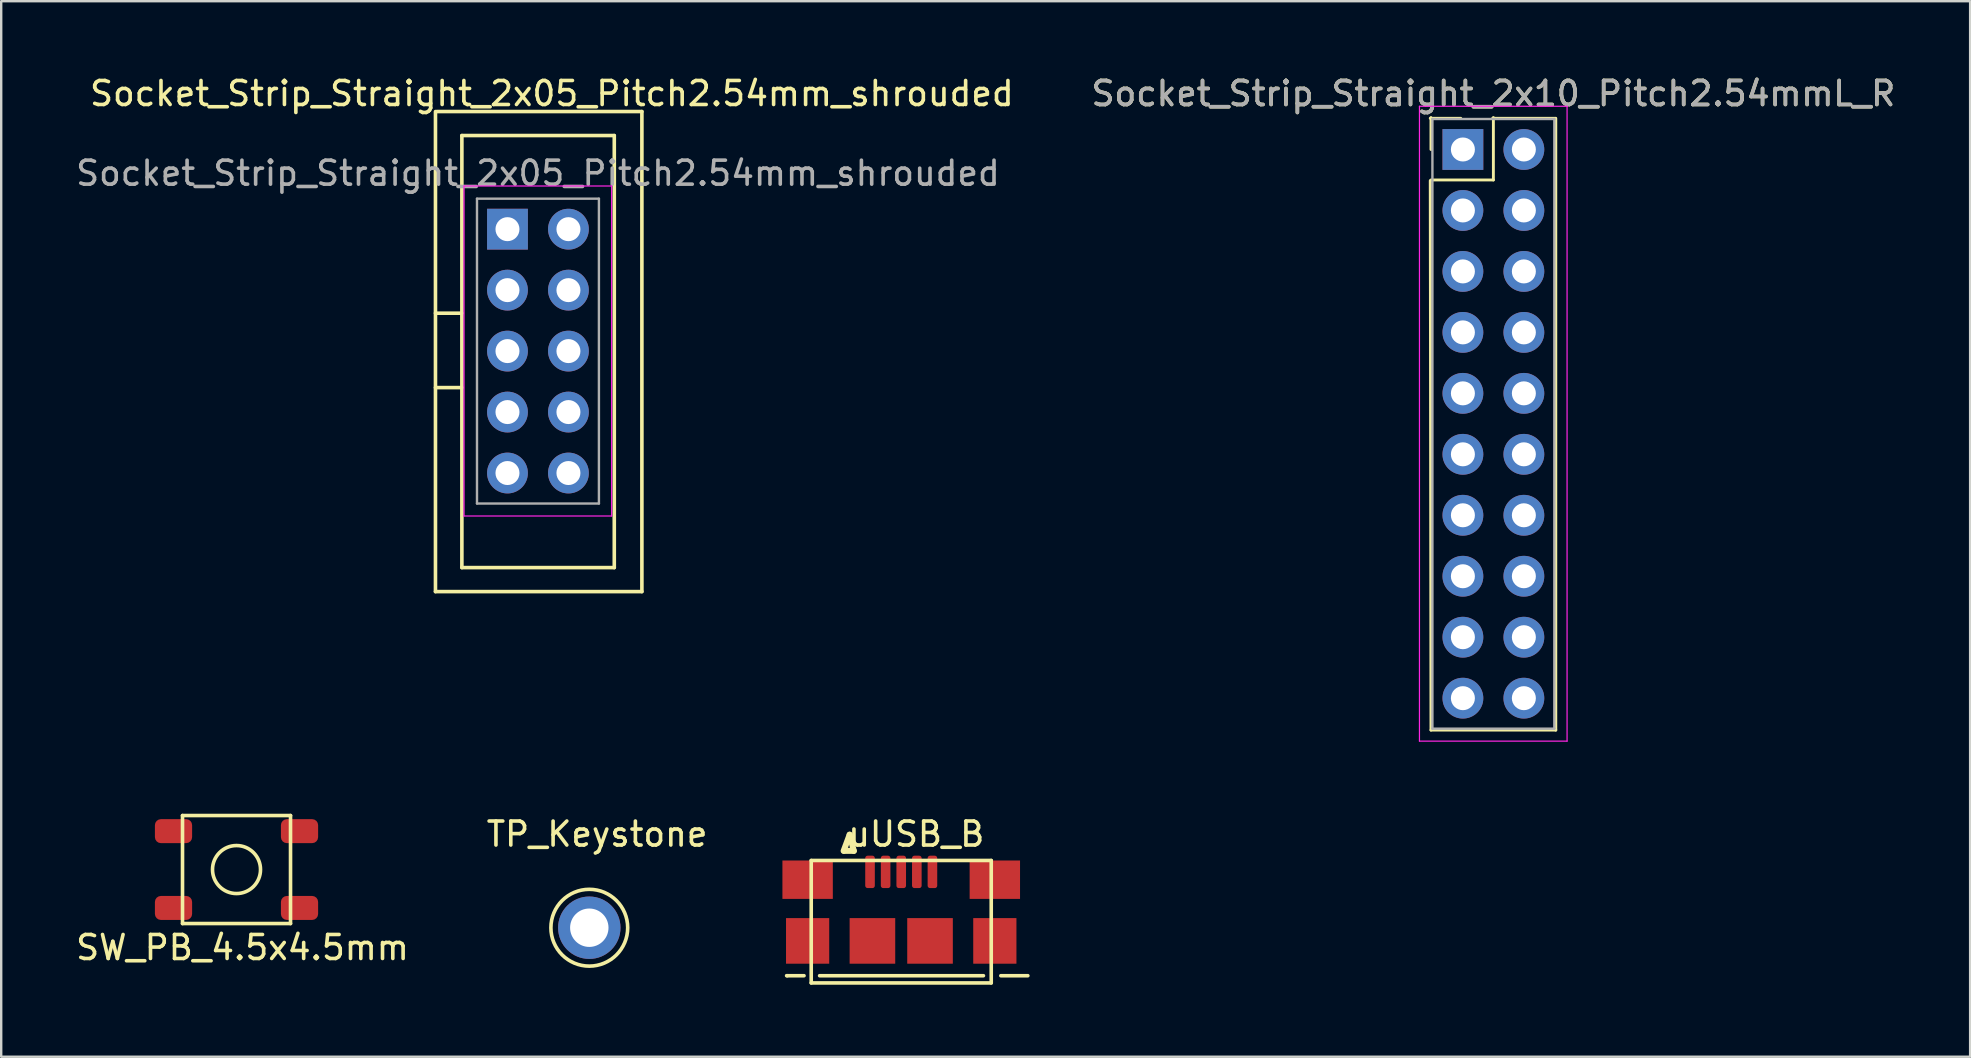
<source format=kicad_pcb>
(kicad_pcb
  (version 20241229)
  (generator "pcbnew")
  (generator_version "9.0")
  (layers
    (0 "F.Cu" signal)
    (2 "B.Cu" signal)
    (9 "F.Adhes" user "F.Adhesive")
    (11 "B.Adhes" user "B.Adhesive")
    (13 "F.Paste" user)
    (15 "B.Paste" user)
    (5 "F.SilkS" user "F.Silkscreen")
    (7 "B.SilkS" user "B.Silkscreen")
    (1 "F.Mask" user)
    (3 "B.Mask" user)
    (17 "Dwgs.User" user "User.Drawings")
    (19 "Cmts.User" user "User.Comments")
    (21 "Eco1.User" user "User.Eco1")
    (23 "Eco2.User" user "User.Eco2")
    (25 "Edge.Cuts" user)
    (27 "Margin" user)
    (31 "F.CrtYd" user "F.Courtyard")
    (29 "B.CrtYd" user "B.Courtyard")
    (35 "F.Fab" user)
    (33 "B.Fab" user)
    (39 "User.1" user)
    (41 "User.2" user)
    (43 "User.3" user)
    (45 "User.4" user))
  (footprint "uUSB_B"
    (layer "F.Cu")
    (at 34.498 36.151)
    (property "Reference" "uUSB_B" (at 0.625 -4.45 0) (layer "F.SilkS") (effects (font (size 1 1) (thickness 0.15))))
    (attr through_hole)
    (fp_line (start -4.75 1.45) (end -4.775 1.45) (stroke (width 0.15) (type solid)) (layer "F.SilkS"))
    (fp_line (start -4.05 1.45) (end -4.75 1.45) (stroke (width 0.15) (type solid)) (layer "F.SilkS"))
    (fp_line (start -3.75 -3.35) (end 3.75 -3.35) (stroke (width 0.15) (type solid)) (layer "F.SilkS"))
    (fp_line (start -3.75 1.75) (end -3.75 -3.35) (stroke (width 0.15) (type solid)) (layer "F.SilkS"))
    (fp_line (start -2.375 -3.75) (end -1.975 -3.75) (stroke (width 0.25) (type solid)) (layer "F.SilkS"))
    (fp_line (start -2.15 -4.425) (end -2.4 -3.75) (stroke (width 0.25) (type solid)) (layer "F.SilkS"))
    (fp_line (start -1.975 -3.75) (end -2.15 -4.425) (stroke (width 0.25) (type solid)) (layer "F.SilkS"))
    (fp_line (start 3.425 1.45) (end -3.4 1.45) (stroke (width 0.15) (type solid)) (layer "F.SilkS"))
    (fp_line (start 3.75 -3.35) (end 3.75 1.75) (stroke (width 0.15) (type solid)) (layer "F.SilkS"))
    (fp_line (start 3.75 1.75) (end -3.75 1.75) (stroke (width 0.15) (type solid)) (layer "F.SilkS"))
    (fp_line (start 5.275 1.45) (end 4.15 1.45) (stroke (width 0.15) (type solid)) (layer "F.SilkS"))
    (pad "1" smd roundrect (at -1.3 -2.875) (size 0.4 1.35) (layers "F.Cu" "F.Mask" "F.Paste") (roundrect_rratio 0.25))
    (pad "2" smd roundrect (at -0.65 -2.875) (size 0.4 1.35) (layers "F.Cu" "F.Mask" "F.Paste") (roundrect_rratio 0.25))
    (pad "3" smd roundrect (at 0 -2.875) (size 0.4 1.35) (layers "F.Cu" "F.Mask" "F.Paste") (roundrect_rratio 0.25))
    (pad "4" smd roundrect (at 0.65 -2.875) (size 0.4 1.35) (layers "F.Cu" "F.Mask" "F.Paste") (roundrect_rratio 0.25))
    (pad "5" smd roundrect (at 1.3 -2.875) (size 0.4 1.35) (layers "F.Cu" "F.Mask" "F.Paste") (roundrect_rratio 0.25))
    (pad "6" smd rect (at -3.9 -2.55) (size 2.1 1.6) (layers "F.Cu" "F.Mask" "F.Paste"))
    (pad "6" smd rect (at -3.9 0) (size 1.8 1.9) (layers "F.Cu" "F.Mask" "F.Paste"))
    (pad "6" smd rect (at -1.2 0) (size 1.9 1.9) (layers "F.Cu" "F.Mask" "F.Paste"))
    (pad "6" smd rect (at 1.2 0) (size 1.9 1.9) (layers "F.Cu" "F.Mask" "F.Paste"))
    (pad "6" smd rect (at 3.9 -2.55) (size 2.1 1.6) (layers "F.Cu" "F.Mask" "F.Paste"))
    (pad "6" smd rect (at 3.9 0) (size 1.8 1.9) (layers "F.Cu" "F.Mask" "F.Paste")))
  (footprint "Socket_Strip_Straight_2x05_Pitch2.54mm_shrouded"
    (layer "F.Cu")
    (at 18.093 6.498)
    (property "Reference" "Socket_Strip_Straight_2x05_Pitch2.54mm_shrouded" (at 1.85 -5.65 0) (layer "F.SilkS") (effects (font (size 1 1) (thickness 0.15))))
    (attr through_hole)
    (fp_line (start -3 -4.9) (end -3 15.1) (stroke (width 0.15) (type solid)) (layer "F.SilkS"))
    (fp_line (start -3 15.1) (end 5.6 15.1) (stroke (width 0.15) (type solid)) (layer "F.SilkS"))
    (fp_line (start -1.9 -3.9) (end -1.9 14.1) (stroke (width 0.15) (type solid)) (layer "F.SilkS"))
    (fp_line (start -1.9 3.5) (end -3 3.5) (stroke (width 0.15) (type solid)) (layer "F.SilkS"))
    (fp_line (start -1.9 6.6) (end -3 6.6) (stroke (width 0.15) (type solid)) (layer "F.SilkS"))
    (fp_line (start -1.9 14.1) (end 4.45 14.1) (stroke (width 0.15) (type solid)) (layer "F.SilkS"))
    (fp_line (start 4.45 -3.9) (end -1.9 -3.9) (stroke (width 0.15) (type solid)) (layer "F.SilkS"))
    (fp_line (start 4.45 14.1) (end 4.45 -3.9) (stroke (width 0.15) (type solid)) (layer "F.SilkS"))
    (fp_line (start 5.6 -4.9) (end -2.95 -4.9) (stroke (width 0.15) (type solid)) (layer "F.SilkS"))
    (fp_line (start 5.6 15.1) (end 5.6 -4.9) (stroke (width 0.15) (type solid)) (layer "F.SilkS"))
    (fp_line (start -1.81 -1.8) (end -1.81 11.95) (stroke (width 0.05) (type solid)) (layer "F.CrtYd"))
    (fp_line (start -1.81 11.95) (end 4.34 11.95) (stroke (width 0.05) (type solid)) (layer "F.CrtYd"))
    (fp_line (start 4.34 -1.8) (end -1.81 -1.8) (stroke (width 0.05) (type solid)) (layer "F.CrtYd"))
    (fp_line (start 4.34 11.95) (end 4.34 -1.8) (stroke (width 0.05) (type solid)) (layer "F.CrtYd"))
    (fp_line (start -1.27 -1.27) (end -1.27 11.43) (stroke (width 0.1) (type solid)) (layer "F.Fab"))
    (fp_line (start -1.27 11.43) (end 3.81 11.43) (stroke (width 0.1) (type solid)) (layer "F.Fab"))
    (fp_line (start 3.81 -1.27) (end -1.27 -1.27) (stroke (width 0.1) (type solid)) (layer "F.Fab"))
    (fp_line (start 3.81 11.43) (end 3.81 -1.27) (stroke (width 0.1) (type solid)) (layer "F.Fab"))
    (fp_text user "${REFERENCE}" (at 1.27 -2.33 0) (layer "F.Fab") (effects (font (size 1 1) (thickness 0.15))))
    (pad "1" thru_hole rect (at 0 0) (size 1.7 1.7) (drill 1) (layers "*.Cu" "*.Mask"))
    (pad "2" thru_hole oval (at 2.54 0) (size 1.7 1.7) (drill 1) (layers "*.Cu" "*.Mask"))
    (pad "3" thru_hole oval (at 0 2.54) (size 1.7 1.7) (drill 1) (layers "*.Cu" "*.Mask"))
    (pad "4" thru_hole oval (at 2.54 2.54) (size 1.7 1.7) (drill 1) (layers "*.Cu" "*.Mask"))
    (pad "5" thru_hole oval (at 0 5.08) (size 1.7 1.7) (drill 1) (layers "*.Cu" "*.Mask"))
    (pad "6" thru_hole oval (at 2.54 5.08) (size 1.7 1.7) (drill 1) (layers "*.Cu" "*.Mask"))
    (pad "7" thru_hole oval (at 0 7.62) (size 1.7 1.7) (drill 1) (layers "*.Cu" "*.Mask"))
    (pad "8" thru_hole oval (at 2.54 7.62) (size 1.7 1.7) (drill 1) (layers "*.Cu" "*.Mask"))
    (pad "9" thru_hole oval (at 0 10.16) (size 1.7 1.7) (drill 1) (layers "*.Cu" "*.Mask"))
    (pad "10" thru_hole oval (at 2.54 10.16) (size 1.7 1.7) (drill 1) (layers "*.Cu" "*.Mask")))
  (footprint "TP_Keystone"
    (layer "F.Cu")
    (at 21.502 35.602)
    (property "Reference" "TP_Keystone" (at 0.325 -3.9 0) (layer "F.SilkS") (effects (font (size 1 1) (thickness 0.15))))
    (attr through_hole)
    (fp_circle (center 0 0) (end 1.6 0) (stroke (width 0.15) (type solid)) (fill no) (layer "F.SilkS"))
    (pad "1" thru_hole circle (at 0 0) (size 2.6 2.6) (drill 1.6) (layers "*.Cu" "*.Mask")))
  (footprint "SW_PB_4.5x4.5mm"
    (layer "F.Cu")
    (at 6.804 33.178)
    (property "Reference" "SW_PB_4.5x4.5mm" (at 0.25 3.25 0) (layer "F.SilkS") (effects (font (size 1 1) (thickness 0.15))))
    (attr through_hole)
    (fp_line (start -2.25 -2.25) (end -2.25 2.25) (stroke (width 0.15) (type solid)) (layer "F.SilkS"))
    (fp_line (start -2.25 2.25) (end 2.25 2.25) (stroke (width 0.15) (type solid)) (layer "F.SilkS"))
    (fp_line (start 2.25 -2.25) (end -2.25 -2.25) (stroke (width 0.15) (type solid)) (layer "F.SilkS"))
    (fp_line (start 2.25 2.25) (end 2.25 -2.25) (stroke (width 0.15) (type solid)) (layer "F.SilkS"))
    (fp_circle (center 0 0) (end 1 0) (stroke (width 0.15) (type solid)) (fill no) (layer "F.SilkS"))
    (pad "1" smd roundrect (at -2.625 -1.6) (size 1.55 1) (layers "F.Cu" "F.Mask" "F.Paste") (roundrect_rratio 0.25))
    (pad "2" smd roundrect (at 2.625 -1.6) (size 1.55 1) (layers "F.Cu" "F.Mask" "F.Paste") (roundrect_rratio 0.25))
    (pad "3" smd roundrect (at -2.625 1.6) (size 1.55 1) (layers "F.Cu" "F.Mask" "F.Paste") (roundrect_rratio 0.25))
    (pad "4" smd roundrect (at 2.625 1.6) (size 1.55 1) (layers "F.Cu" "F.Mask" "F.Paste") (roundrect_rratio 0.25)))
  (footprint "Socket_Strip_Straight_2x10_Pitch2.54mmL_R"
    (layer "F.Cu")
    (at 60.439 3.178)
    (property "Reference" "Socket_Strip_Straight_2x10_Pitch2.54mmL_R" (at -1.27 -2.33 0) (layer "F.SilkS") (effects (font (size 1 1) (thickness 0.15))))
    (attr through_hole)
    (fp_line (start -3.87 0) (end -3.87 -1.33) (stroke (width 0.12) (type solid)) (layer "F.SilkS"))
    (fp_line (start -3.87 1.27) (end -1.27 1.27) (stroke (width 0.12) (type solid)) (layer "F.SilkS"))
    (fp_line (start -3.87 24.19) (end -3.9 1.3) (stroke (width 0.12) (type solid)) (layer "F.SilkS"))
    (fp_line (start -2.63 -1.3) (end -3.9 -1.3) (stroke (width 0.12) (type solid)) (layer "F.SilkS"))
    (fp_line (start -1.3 -1.3) (end 1.3 -1.3) (stroke (width 0.12) (type solid)) (layer "F.SilkS"))
    (fp_line (start -1.27 -1.33) (end -1.27 1.27) (stroke (width 0.12) (type solid)) (layer "F.SilkS"))
    (fp_line (start 1.33 -1.3) (end 1.33 24.19) (stroke (width 0.12) (type solid)) (layer "F.SilkS"))
    (fp_line (start 1.33 24.19) (end -3.87 24.19) (stroke (width 0.12) (type solid)) (layer "F.SilkS"))
    (fp_line (start -4.35 -1.8) (end -4.35 24.65) (stroke (width 0.05) (type solid)) (layer "F.CrtYd"))
    (fp_line (start -4.35 24.65) (end 1.8 24.65) (stroke (width 0.05) (type solid)) (layer "F.CrtYd"))
    (fp_line (start 1.8 -1.8) (end -4.35 -1.8) (stroke (width 0.05) (type solid)) (layer "F.CrtYd"))
    (fp_line (start 1.8 24.65) (end 1.8 -1.8) (stroke (width 0.05) (type solid)) (layer "F.CrtYd"))
    (fp_line (start -3.81 -1.27) (end -3.81 24.13) (stroke (width 0.1) (type solid)) (layer "F.Fab"))
    (fp_line (start -3.81 24.13) (end 1.27 24.13) (stroke (width 0.1) (type solid)) (layer "F.Fab"))
    (fp_line (start 1.27 -1.27) (end -3.81 -1.27) (stroke (width 0.1) (type solid)) (layer "F.Fab"))
    (fp_line (start 1.27 24.13) (end 1.27 -1.27) (stroke (width 0.1) (type solid)) (layer "F.Fab"))
    (fp_text user "${REFERENCE}" (at -1.27 -2.33 0) (layer "F.Fab") (effects (font (size 1 1) (thickness 0.15))))
    (pad "1" thru_hole rect (at -2.54 0) (size 1.7 1.7) (drill 1) (layers "*.Cu" "*.Mask"))
    (pad "2" thru_hole oval (at 0 0) (size 1.7 1.7) (drill 1) (layers "*.Cu" "*.Mask"))
    (pad "3" thru_hole oval (at -2.54 2.54) (size 1.7 1.7) (drill 1) (layers "*.Cu" "*.Mask"))
    (pad "4" thru_hole oval (at 0 2.54) (size 1.7 1.7) (drill 1) (layers "*.Cu" "*.Mask"))
    (pad "5" thru_hole oval (at -2.54 5.08) (size 1.7 1.7) (drill 1) (layers "*.Cu" "*.Mask"))
    (pad "6" thru_hole oval (at 0 5.08) (size 1.7 1.7) (drill 1) (layers "*.Cu" "*.Mask"))
    (pad "7" thru_hole oval (at -2.54 7.62) (size 1.7 1.7) (drill 1) (layers "*.Cu" "*.Mask"))
    (pad "8" thru_hole oval (at 0 7.62) (size 1.7 1.7) (drill 1) (layers "*.Cu" "*.Mask"))
    (pad "9" thru_hole oval (at -2.54 10.16) (size 1.7 1.7) (drill 1) (layers "*.Cu" "*.Mask"))
    (pad "10" thru_hole oval (at 0 10.16) (size 1.7 1.7) (drill 1) (layers "*.Cu" "*.Mask"))
    (pad "11" thru_hole oval (at -2.54 12.7) (size 1.7 1.7) (drill 1) (layers "*.Cu" "*.Mask"))
    (pad "12" thru_hole oval (at 0 12.7) (size 1.7 1.7) (drill 1) (layers "*.Cu" "*.Mask"))
    (pad "13" thru_hole oval (at -2.54 15.24) (size 1.7 1.7) (drill 1) (layers "*.Cu" "*.Mask"))
    (pad "14" thru_hole oval (at 0 15.24) (size 1.7 1.7) (drill 1) (layers "*.Cu" "*.Mask"))
    (pad "15" thru_hole oval (at -2.54 17.78) (size 1.7 1.7) (drill 1) (layers "*.Cu" "*.Mask"))
    (pad "16" thru_hole oval (at 0 17.78) (size 1.7 1.7) (drill 1) (layers "*.Cu" "*.Mask"))
    (pad "17" thru_hole oval (at -2.54 20.32) (size 1.7 1.7) (drill 1) (layers "*.Cu" "*.Mask"))
    (pad "18" thru_hole oval (at 0 20.32) (size 1.7 1.7) (drill 1) (layers "*.Cu" "*.Mask"))
    (pad "19" thru_hole oval (at -2.54 22.86) (size 1.7 1.7) (drill 1) (layers "*.Cu" "*.Mask"))
    (pad "20" thru_hole oval (at 0 22.86) (size 1.7 1.7) (drill 1) (layers "*.Cu" "*.Mask")))
  (gr_rect
    (start -3 -3)
    (end 79.032 40.977)
    (stroke (width 0.1) (type default))
    (fill no)
    (layer "Edge.Cuts")))
</source>
